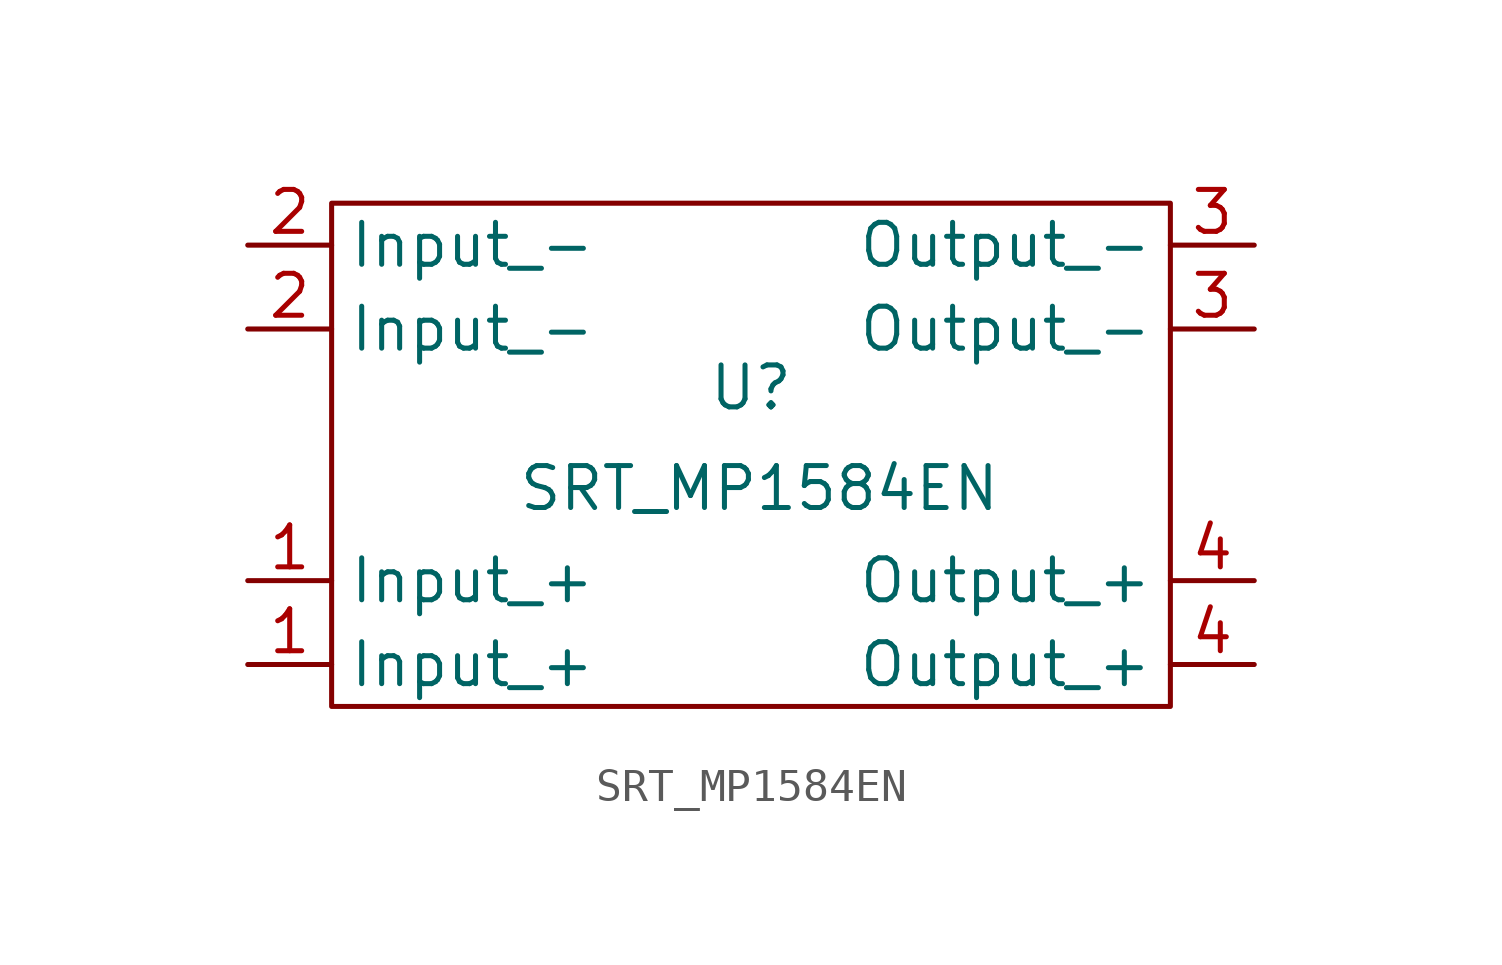
<source format=kicad_sym>
(kicad_symbol_lib
  (version 20241209)
  (generator "kicad_symbol_editor")
  (generator_version "9.0")
  (symbol "SRT_MP1584EN"
    (property "Reference" "U"
      (at -1.27 3.302 0)
      (effects (font (size 1.27 1.27))))
    (property "Value" "SRT_MP1584EN"
      (at -1.016 0.254 0)
      (effects (font (size 1.27 1.27))))
    (symbol "SRT_MP1584EN_0_1"
      (polyline (pts (xy 0 8.89) (xy -13.97 8.89) (xy -13.97 -6.35) (xy 11.43 -6.35) (xy 11.43 8.89) (xy 0 8.89)) (stroke (width 0) (type default)) (fill (type none))))
    (symbol "SRT_MP1584EN_1_1"
      (pin power_in line (at -16.51 7.62 0) (length 2.54) (name "Input_-" (effects (font (size 1.27 1.27)))) (number "2" (effects (font (size 1.27 1.27)))))
      (pin power_in line (at -16.51 5.08 0) (length 2.54) (name "Input_-" (effects (font (size 1.27 1.27)))) (number "2" (effects (font (size 1.27 1.27)))))
      (pin power_in line (at -16.51 -2.54 0) (length 2.54) (name "Input_+" (effects (font (size 1.27 1.27)))) (number "1" (effects (font (size 1.27 1.27)))))
      (pin power_in line (at -16.51 -5.08 0) (length 2.54) (name "Input_+" (effects (font (size 1.27 1.27)))) (number "1" (effects (font (size 1.27 1.27)))))
      (pin power_out line (at 13.97 7.62 180) (length 2.54) (name "Output_-" (effects (font (size 1.27 1.27)))) (number "3" (effects (font (size 1.27 1.27)))))
      (pin power_out line (at 13.97 5.08 180) (length 2.54) (name "Output_-" (effects (font (size 1.27 1.27)))) (number "3" (effects (font (size 1.27 1.27)))))
      (pin power_out line (at 13.97 -2.54 180) (length 2.54) (name "Output_+" (effects (font (size 1.27 1.27)))) (number "4" (effects (font (size 1.27 1.27)))))
      (pin power_out line (at 13.97 -5.08 180) (length 2.54) (name "Output_+" (effects (font (size 1.27 1.27)))) (number "4" (effects (font (size 1.27 1.27))))))))
</source>
